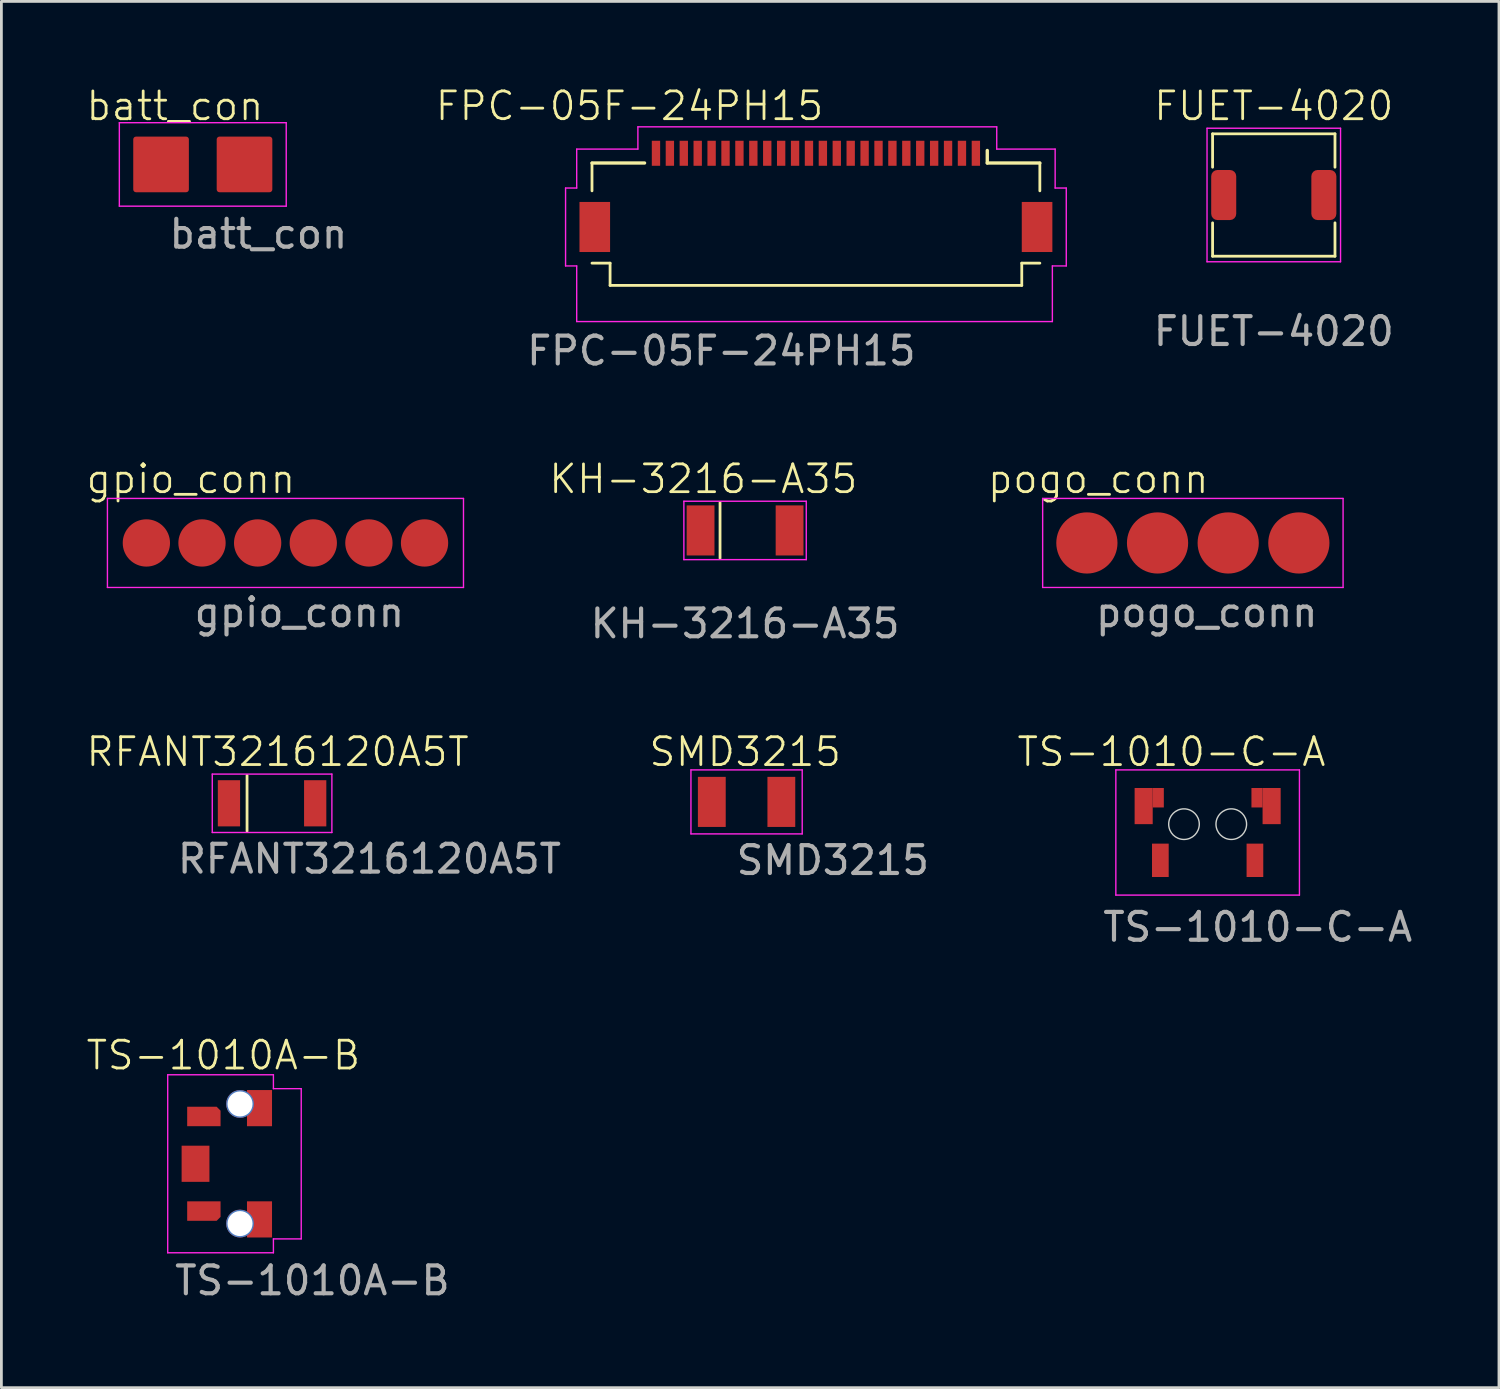
<source format=kicad_pcb>
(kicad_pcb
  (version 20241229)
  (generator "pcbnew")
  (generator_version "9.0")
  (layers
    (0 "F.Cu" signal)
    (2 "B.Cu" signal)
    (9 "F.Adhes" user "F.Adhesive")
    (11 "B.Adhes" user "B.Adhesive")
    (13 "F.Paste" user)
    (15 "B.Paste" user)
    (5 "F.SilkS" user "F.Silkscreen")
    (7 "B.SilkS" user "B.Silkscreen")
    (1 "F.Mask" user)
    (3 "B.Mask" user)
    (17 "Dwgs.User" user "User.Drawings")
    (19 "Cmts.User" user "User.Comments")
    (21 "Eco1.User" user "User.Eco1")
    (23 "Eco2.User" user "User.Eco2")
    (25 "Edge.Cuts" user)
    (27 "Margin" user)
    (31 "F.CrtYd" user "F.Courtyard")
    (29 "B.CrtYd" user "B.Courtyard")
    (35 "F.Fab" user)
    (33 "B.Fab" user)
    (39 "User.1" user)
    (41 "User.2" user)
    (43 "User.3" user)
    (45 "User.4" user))
  (footprint "batt_con"
    (layer "F.Cu")
    (at 4.24 2.861)
    (property "Reference" "batt_con" (at -1 -2.1 0) (unlocked yes) (layer "F.SilkS") (effects (font (size 1 1) (thickness 0.1))))
    (attr smd)
    (fp_line (start -3 -1.5) (end 3 -1.5) (stroke (width 0.05) (type default)) (layer "F.CrtYd"))
    (fp_line (start -3 1.5) (end -3 -1.5) (stroke (width 0.05) (type default)) (layer "F.CrtYd"))
    (fp_line (start 3 -1.5) (end 3 1.5) (stroke (width 0.05) (type default)) (layer "F.CrtYd"))
    (fp_line (start 3 1.5) (end -3 1.5) (stroke (width 0.05) (type default)) (layer "F.CrtYd"))
    (fp_text user "${REFERENCE}" (at 2 2.5 0) (unlocked yes) (layer "F.Fab") (effects (font (size 1 1) (thickness 0.15))))
    (pad "1" smd roundrect (at 1.5 0) (size 2 2) (layers "F.Cu" "F.Mask" "F.Paste") (roundrect_rratio 0.05))
    (pad "2" smd roundrect (at -1.5 0) (size 2 2) (layers "F.Cu" "F.Mask" "F.Paste") (roundrect_rratio 0.05)))
  (footprint "TS-1010-C-A"
    (layer "F.Cu")
    (at 40.364 26.578)
    (property "Reference" "TS-1010-C-A" (at -1.3 -2.6 0) (unlocked yes) (layer "F.SilkS") (effects (font (size 1 1) (thickness 0.1))))
    (attr smd)
    (fp_circle (center -0.85 0) (end -0.3 0) (stroke (width 0.05) (type default)) (fill no) (layer "Edge.Cuts"))
    (fp_circle (center 0.85 0) (end 1.4 0) (stroke (width 0.05) (type default)) (fill no) (layer "Edge.Cuts"))
    (fp_line (start -3.3 -1.95) (end -3.3 2.55) (stroke (width 0.05) (type default)) (layer "F.CrtYd"))
    (fp_line (start -3.3 2.55) (end 3.3 2.55) (stroke (width 0.05) (type default)) (layer "F.CrtYd"))
    (fp_line (start 3.3 -1.95) (end -3.3 -1.95) (stroke (width 0.05) (type default)) (layer "F.CrtYd"))
    (fp_line (start 3.3 2.55) (end 3.3 -1.95) (stroke (width 0.05) (type default)) (layer "F.CrtYd"))
    (fp_text user "${REFERENCE}" (at 1.8 3.7 0) (unlocked yes) (layer "F.Fab") (effects (font (size 1 1) (thickness 0.15))))
    (pad "" smd rect (at -2.3 -0.65) (size 0.65 1.3) (layers "F.Cu" "F.Mask" "F.Paste"))
    (pad "" smd rect (at -1.775 -0.95) (size 0.4 0.7) (layers "F.Cu" "F.Mask" "F.Paste"))
    (pad "" smd rect (at 1.775 -0.95) (size 0.4 0.7) (layers "F.Cu" "F.Mask" "F.Paste"))
    (pad "" smd rect (at 2.3 -0.65) (size 0.65 1.3) (layers "F.Cu" "F.Mask" "F.Paste"))
    (pad "1" smd rect (at -1.7 1.3) (size 0.6 1.2) (layers "F.Cu" "F.Mask" "F.Paste"))
    (pad "2" smd rect (at 1.7 1.3) (size 0.6 1.2) (layers "F.Cu" "F.Mask" "F.Paste")))
  (footprint "gpio_conn"
    (layer "F.Cu")
    (at 7.212 16.469)
    (property "Reference" "gpio_conn" (at -3.4 -2.3 0) (unlocked yes) (layer "F.SilkS") (effects (font (size 1 1) (thickness 0.1))))
    (attr smd)
    (fp_line (start -6.4 -1.6) (end -6.4 1.6) (stroke (width 0.05) (type default)) (layer "F.CrtYd"))
    (fp_line (start -6.4 1.6) (end 6.4 1.6) (stroke (width 0.05) (type default)) (layer "F.CrtYd"))
    (fp_line (start 6.4 -1.6) (end -6.4 -1.6) (stroke (width 0.05) (type default)) (layer "F.CrtYd"))
    (fp_line (start 6.4 -1.6) (end 6.4 1.6) (stroke (width 0.05) (type default)) (layer "F.CrtYd"))
    (fp_text user "${REFERENCE}" (at 0.5 2.5 0) (unlocked yes) (layer "F.Fab") (effects (font (size 1 1) (thickness 0.15))))
    (pad "1" smd circle (at -5 0) (size 1.7 1.7) (layers "F.Cu" "F.Mask" "F.Paste"))
    (pad "2" smd circle (at -3 0) (size 1.7 1.7) (layers "F.Cu" "F.Mask" "F.Paste"))
    (pad "3" smd circle (at -1 0) (size 1.7 1.7) (layers "F.Cu" "F.Mask" "F.Paste"))
    (pad "4" smd circle (at 1 0) (size 1.7 1.7) (layers "F.Cu" "F.Mask" "F.Paste"))
    (pad "5" smd circle (at 3 0) (size 1.7 1.7) (layers "F.Cu" "F.Mask" "F.Paste"))
    (pad "6" smd circle (at 5 0) (size 1.7 1.7) (layers "F.Cu" "F.Mask" "F.Paste")))
  (footprint "FPC-05F-24PH15"
    (layer "F.Cu")
    (at 26.282 5.16)
    (property "Reference" "FPC-05F-24PH15" (at -6.7 -4.4 0) (unlocked yes) (layer "F.SilkS") (effects (font (size 1 1) (thickness 0.1))))
    (attr smd)
    (fp_line (start -8.05 -2.35) (end -8.05 -1.35) (stroke (width 0.1) (type default)) (layer "F.SilkS"))
    (fp_line (start -7.4 1.25) (end -8.05 1.25) (stroke (width 0.1) (type default)) (layer "F.SilkS"))
    (fp_line (start -7.4 1.25) (end -7.4 2.05) (stroke (width 0.1) (type default)) (layer "F.SilkS"))
    (fp_line (start -7.4 2.05) (end 7.4 2.05) (stroke (width 0.1) (type default)) (layer "F.SilkS"))
    (fp_line (start -6.16 -2.35) (end -8.05 -2.35) (stroke (width 0.12) (type solid)) (layer "F.SilkS"))
    (fp_line (start 6.16 -2.35) (end 6.16 -2.8) (stroke (width 0.12) (type solid)) (layer "F.SilkS"))
    (fp_line (start 6.16 -2.35) (end 8.05 -2.35) (stroke (width 0.12) (type solid)) (layer "F.SilkS"))
    (fp_line (start 7.4 1.25) (end 7.4 2.05) (stroke (width 0.1) (type default)) (layer "F.SilkS"))
    (fp_line (start 7.4 1.25) (end 8.05 1.25) (stroke (width 0.1) (type default)) (layer "F.SilkS"))
    (fp_line (start 8.05 -2.35) (end 8.05 -1.35) (stroke (width 0.1) (type default)) (layer "F.SilkS"))
    (fp_line (start -9 -1.45) (end -9 1.35) (stroke (width 0.05) (type default)) (layer "F.CrtYd"))
    (fp_line (start -9 1.35) (end -8.6 1.35) (stroke (width 0.05) (type default)) (layer "F.CrtYd"))
    (fp_line (start -8.6 -2.85) (end -8.6 -1.45) (stroke (width 0.05) (type default)) (layer "F.CrtYd"))
    (fp_line (start -8.6 -1.45) (end -9 -1.45) (stroke (width 0.05) (type default)) (layer "F.CrtYd"))
    (fp_line (start -8.6 3.35) (end -8.6 1.35) (stroke (width 0.05) (type default)) (layer "F.CrtYd"))
    (fp_line (start -6.4 -3.65) (end -6.4 -2.85) (stroke (width 0.05) (type default)) (layer "F.CrtYd"))
    (fp_line (start -6.4 -2.85) (end -8.6 -2.85) (stroke (width 0.05) (type default)) (layer "F.CrtYd"))
    (fp_line (start 6.5 -3.65) (end -6.4 -3.65) (stroke (width 0.05) (type default)) (layer "F.CrtYd"))
    (fp_line (start 6.5 -2.85) (end 6.5 -3.65) (stroke (width 0.05) (type default)) (layer "F.CrtYd"))
    (fp_line (start 6.5 -2.85) (end 8.6 -2.85) (stroke (width 0.05) (type default)) (layer "F.CrtYd"))
    (fp_line (start 8.5 1.35) (end 8.5 3.35) (stroke (width 0.05) (type default)) (layer "F.CrtYd"))
    (fp_line (start 8.5 3.35) (end -8.6 3.35) (stroke (width 0.05) (type default)) (layer "F.CrtYd"))
    (fp_line (start 8.6 -2.85) (end 8.6 -1.45) (stroke (width 0.05) (type default)) (layer "F.CrtYd"))
    (fp_line (start 8.6 -1.45) (end 9 -1.45) (stroke (width 0.05) (type default)) (layer "F.CrtYd"))
    (fp_line (start 9 -1.45) (end 9 1.35) (stroke (width 0.05) (type default)) (layer "F.CrtYd"))
    (fp_line (start 9 1.35) (end 8.5 1.35) (stroke (width 0.05) (type default)) (layer "F.CrtYd"))
    (fp_text user "${REFERENCE}" (at -3.4 4.4 0) (unlocked yes) (layer "F.Fab") (effects (font (size 1 1) (thickness 0.15))))
    (pad "" smd rect (at -7.95 -0.05) (size 1.1 1.8) (layers "F.Cu" "F.Mask" "F.Paste"))
    (pad "" smd rect (at 7.95 -0.05) (size 1.1 1.8) (layers "F.Cu" "F.Mask" "F.Paste"))
    (pad "1" smd rect (at -5.75 -2.7) (size 0.3 0.9) (layers "F.Cu" "F.Mask" "F.Paste"))
    (pad "2" smd rect (at -5.25 -2.7) (size 0.3 0.9) (layers "F.Cu" "F.Mask" "F.Paste"))
    (pad "3" smd rect (at -4.75 -2.7) (size 0.3 0.9) (layers "F.Cu" "F.Mask" "F.Paste"))
    (pad "4" smd rect (at -4.25 -2.7) (size 0.3 0.9) (layers "F.Cu" "F.Mask" "F.Paste"))
    (pad "5" smd rect (at -3.75 -2.7) (size 0.3 0.9) (layers "F.Cu" "F.Mask" "F.Paste"))
    (pad "6" smd rect (at -3.25 -2.7) (size 0.3 0.9) (layers "F.Cu" "F.Mask" "F.Paste"))
    (pad "7" smd rect (at -2.75 -2.7) (size 0.3 0.9) (layers "F.Cu" "F.Mask" "F.Paste"))
    (pad "8" smd rect (at -2.25 -2.7) (size 0.3 0.9) (layers "F.Cu" "F.Mask" "F.Paste"))
    (pad "9" smd rect (at -1.75 -2.7) (size 0.3 0.9) (layers "F.Cu" "F.Mask" "F.Paste"))
    (pad "10" smd rect (at -1.25 -2.7) (size 0.3 0.9) (layers "F.Cu" "F.Mask" "F.Paste"))
    (pad "11" smd rect (at -0.75 -2.7) (size 0.3 0.9) (layers "F.Cu" "F.Mask" "F.Paste"))
    (pad "12" smd rect (at -0.25 -2.7) (size 0.3 0.9) (layers "F.Cu" "F.Mask" "F.Paste"))
    (pad "13" smd rect (at 0.25 -2.7) (size 0.3 0.9) (layers "F.Cu" "F.Mask" "F.Paste"))
    (pad "14" smd rect (at 0.75 -2.7) (size 0.3 0.9) (layers "F.Cu" "F.Mask" "F.Paste"))
    (pad "15" smd rect (at 1.25 -2.7) (size 0.3 0.9) (layers "F.Cu" "F.Mask" "F.Paste"))
    (pad "16" smd rect (at 1.75 -2.7) (size 0.3 0.9) (layers "F.Cu" "F.Mask" "F.Paste"))
    (pad "17" smd rect (at 2.25 -2.7) (size 0.3 0.9) (layers "F.Cu" "F.Mask" "F.Paste"))
    (pad "18" smd rect (at 2.75 -2.7) (size 0.3 0.9) (layers "F.Cu" "F.Mask" "F.Paste"))
    (pad "19" smd rect (at 3.25 -2.7) (size 0.3 0.9) (layers "F.Cu" "F.Mask" "F.Paste"))
    (pad "20" smd rect (at 3.75 -2.7) (size 0.3 0.9) (layers "F.Cu" "F.Mask" "F.Paste"))
    (pad "21" smd rect (at 4.25 -2.7) (size 0.3 0.9) (layers "F.Cu" "F.Mask" "F.Paste"))
    (pad "22" smd rect (at 4.75 -2.7) (size 0.3 0.9) (layers "F.Cu" "F.Mask" "F.Paste"))
    (pad "23" smd rect (at 5.25 -2.7) (size 0.3 0.9) (layers "F.Cu" "F.Mask" "F.Paste"))
    (pad "24" smd rect (at 5.75 -2.7) (size 0.3 0.9) (layers "F.Cu" "F.Mask" "F.Paste")))
  (footprint "RFANT3216120A5T"
    (layer "F.Cu")
    (at 6.731 25.828)
    (property "Reference" "RFANT3216120A5T" (at 0.2 -1.85 0) (unlocked yes) (layer "F.SilkS") (effects (font (size 1 1) (thickness 0.1))))
    (attr smd)
    (fp_line (start -0.9 -1) (end -0.9 1) (stroke (width 0.1) (type default)) (layer "F.SilkS"))
    (fp_line (start -2.15 -1.05) (end 2.15 -1.05) (stroke (width 0.05) (type default)) (layer "F.CrtYd"))
    (fp_line (start -2.15 1.05) (end -2.15 -1.05) (stroke (width 0.05) (type default)) (layer "F.CrtYd"))
    (fp_line (start 2.15 -1.05) (end 2.15 1.05) (stroke (width 0.05) (type default)) (layer "F.CrtYd"))
    (fp_line (start 2.15 1.05) (end -2.15 1.05) (stroke (width 0.05) (type default)) (layer "F.CrtYd"))
    (fp_text user "${REFERENCE}" (at 3.5 2 0) (unlocked yes) (layer "F.Fab") (effects (font (size 1 1) (thickness 0.15))))
    (pad "" smd rect (at 1.55 0) (size 0.8 1.66) (layers "F.Cu" "F.Mask" "F.Paste"))
    (pad "1" smd rect (at -1.55 0) (size 0.8 1.66) (layers "F.Cu" "F.Mask" "F.Paste")))
  (footprint "pogo_conn"
    (layer "F.Cu")
    (at 39.833 16.469)
    (property "Reference" "pogo_conn" (at -3.4 -2.3 0) (unlocked yes) (layer "F.SilkS") (effects (font (size 1 1) (thickness 0.1))))
    (attr smd)
    (fp_line (start -5.4 -1.6) (end -5.4 1.6) (stroke (width 0.05) (type default)) (layer "F.CrtYd"))
    (fp_line (start -5.4 1.6) (end 5.4 1.6) (stroke (width 0.05) (type default)) (layer "F.CrtYd"))
    (fp_line (start 5.4 -1.6) (end -5.4 -1.6) (stroke (width 0.05) (type default)) (layer "F.CrtYd"))
    (fp_line (start 5.4 -1.6) (end 5.4 1.6) (stroke (width 0.05) (type default)) (layer "F.CrtYd"))
    (fp_text user "${REFERENCE}" (at 0.5 2.5 0) (unlocked yes) (layer "F.Fab") (effects (font (size 1 1) (thickness 0.15))))
    (pad "1" smd circle (at -3.81 0) (size 2.2 2.2) (layers "F.Cu" "F.Mask" "F.Paste"))
    (pad "2" smd circle (at -1.27 0) (size 2.2 2.2) (layers "F.Cu" "F.Mask" "F.Paste"))
    (pad "3" smd circle (at 1.27 0) (size 2.2 2.2) (layers "F.Cu" "F.Mask" "F.Paste"))
    (pad "4" smd circle (at 3.81 0) (size 2.2 2.2) (layers "F.Cu" "F.Mask" "F.Paste")))
  (footprint "TS-1010A-B"
    (layer "F.Cu")
    (at 5.579 38.787)
    (property "Reference" "TS-1010A-B" (at -0.6 -3.9 0) (unlocked yes) (layer "F.SilkS") (effects (font (size 1 1) (thickness 0.1))))
    (attr smd)
    (fp_line (start -2.6 3.2) (end -2.6 -3.2) (stroke (width 0.05) (type default)) (layer "F.CrtYd"))
    (fp_line (start 1.2 -3.2) (end -2.6 -3.2) (stroke (width 0.05) (type default)) (layer "F.CrtYd"))
    (fp_line (start 1.2 -2.7) (end 1.2 -3.2) (stroke (width 0.05) (type default)) (layer "F.CrtYd"))
    (fp_line (start 1.2 2.7) (end 1.2 3.2) (stroke (width 0.05) (type default)) (layer "F.CrtYd"))
    (fp_line (start 1.2 2.7) (end 2.2 2.7) (stroke (width 0.05) (type default)) (layer "F.CrtYd"))
    (fp_line (start 1.2 3.2) (end -2.6 3.2) (stroke (width 0.05) (type default)) (layer "F.CrtYd"))
    (fp_line (start 2.2 -2.7) (end 1.2 -2.7) (stroke (width 0.05) (type default)) (layer "F.CrtYd"))
    (fp_line (start 2.2 2.7) (end 2.2 -2.7) (stroke (width 0.05) (type default)) (layer "F.CrtYd"))
    (fp_text user "${REFERENCE}" (at 2.6 4.2 0) (unlocked yes) (layer "F.Fab") (effects (font (size 1 1) (thickness 0.15))))
    (pad "1" smd roundrect (at -1.3 -1.7) (size 1.2 0.7) (layers "F.Cu" "F.Mask" "F.Paste") (roundrect_rratio 0) (chamfer_ratio 0.2) (chamfer top_right))
    (pad "2" smd rect (at -1.6 0) (size 1 1.3) (layers "F.Cu" "F.Mask" "F.Paste"))
    (pad "2" smd roundrect (at -1.3 1.7) (size 1.2 0.7) (layers "F.Cu" "F.Mask" "F.Paste") (roundrect_rratio 0) (chamfer_ratio 0.2) (chamfer bottom_right))
    (pad "2" thru_hole circle (at 0 -2.15) (size 1 1) (drill 0.9) (layers "*.Cu" "*.Mask"))
    (pad "2" thru_hole circle (at 0 2.15) (size 1 1) (drill 0.9) (layers "*.Cu" "*.Mask"))
    (pad "2" smd rect (at 0.7 -2) (size 0.9 1.3) (layers "F.Cu" "F.Mask" "F.Paste"))
    (pad "2" smd rect (at 0.7 2) (size 0.9 1.3) (layers "F.Cu" "F.Mask" "F.Paste")))
  (footprint "SMD3215"
    (layer "F.Cu")
    (at 23.789 25.778)
    (property "Reference" "SMD3215" (at -0.05 -1.8 0) (unlocked yes) (layer "F.SilkS") (effects (font (size 1 1) (thickness 0.1))))
    (attr smd)
    (fp_line (start -2 -1.15) (end 2 -1.15) (stroke (width 0.05) (type default)) (layer "F.CrtYd"))
    (fp_line (start -2 1.15) (end -2 -1.15) (stroke (width 0.05) (type default)) (layer "F.CrtYd"))
    (fp_line (start 2 -1.15) (end 2 1.15) (stroke (width 0.05) (type default)) (layer "F.CrtYd"))
    (fp_line (start 2 1.15) (end -2 1.15) (stroke (width 0.05) (type default)) (layer "F.CrtYd"))
    (fp_text user "${REFERENCE}" (at 3.1 2.1 0) (unlocked yes) (layer "F.Fab") (effects (font (size 1 1) (thickness 0.15))))
    (pad "1" smd rect (at -1.25 0) (size 1 1.8) (layers "F.Cu" "F.Mask" "F.Paste"))
    (pad "2" smd rect (at 1.25 0) (size 1 1.8) (layers "F.Cu" "F.Mask" "F.Paste")))
  (footprint "FUET-4020"
    (layer "F.Cu")
    (at 42.742 3.961)
    (property "Reference" "FUET-4020" (at 0 -3.2 0) (unlocked yes) (layer "F.SilkS") (effects (font (size 1 1) (thickness 0.1))))
    (attr smd)
    (fp_line (start -2.2 -2.2) (end -2.2 -1) (stroke (width 0.1) (type default)) (layer "F.SilkS"))
    (fp_line (start -2.2 -2.2) (end 2.2 -2.2) (stroke (width 0.1) (type default)) (layer "F.SilkS"))
    (fp_line (start -2.2 1) (end -2.2 2.2) (stroke (width 0.1) (type default)) (layer "F.SilkS"))
    (fp_line (start -2.2 2.2) (end 2.2 2.2) (stroke (width 0.1) (type default)) (layer "F.SilkS"))
    (fp_line (start 2.2 -2.2) (end 2.2 -1) (stroke (width 0.1) (type default)) (layer "F.SilkS"))
    (fp_line (start 2.2 2.2) (end 2.2 1) (stroke (width 0.1) (type default)) (layer "F.SilkS"))
    (fp_line (start -2.4 -2.4) (end 2.4 -2.4) (stroke (width 0.05) (type default)) (layer "F.CrtYd"))
    (fp_line (start -2.4 2.4) (end -2.4 -2.4) (stroke (width 0.05) (type default)) (layer "F.CrtYd"))
    (fp_line (start 2.4 -2.4) (end 2.4 2.4) (stroke (width 0.05) (type default)) (layer "F.CrtYd"))
    (fp_line (start 2.4 2.4) (end -2.4 2.4) (stroke (width 0.05) (type default)) (layer "F.CrtYd"))
    (fp_text user "${REFERENCE}" (at 0 4.9 0) (unlocked yes) (layer "F.Fab") (effects (font (size 1 1) (thickness 0.15))))
    (pad "1" smd roundrect (at 1.8 0) (size 0.9 1.8) (layers "F.Cu" "F.Mask" "F.Paste") (roundrect_rratio 0.25))
    (pad "2" smd roundrect (at -1.8 0) (size 0.9 1.8) (layers "F.Cu" "F.Mask" "F.Paste") (roundrect_rratio 0.25)))
  (footprint "KH-3216-A35"
    (layer "F.Cu")
    (at 23.735 15.969)
    (property "Reference" "KH-3216-A35" (at -1.5 -1.8 0) (unlocked yes) (layer "F.SilkS") (effects (font (size 1 1) (thickness 0.1))))
    (attr smd)
    (fp_line (start -0.9 -0.95) (end -0.9 1.05) (stroke (width 0.1) (type default)) (layer "F.SilkS"))
    (fp_line (start -2.2 -1) (end 2.2 -1) (stroke (width 0.05) (type default)) (layer "F.CrtYd"))
    (fp_line (start -2.2 1.1) (end -2.2 -1) (stroke (width 0.05) (type default)) (layer "F.CrtYd"))
    (fp_line (start 2.2 -1) (end 2.2 1.1) (stroke (width 0.05) (type default)) (layer "F.CrtYd"))
    (fp_line (start 2.2 1.1) (end -2.2 1.1) (stroke (width 0.05) (type default)) (layer "F.CrtYd"))
    (fp_text user "${REFERENCE}" (at 0 3.4 0) (unlocked yes) (layer "F.Fab") (effects (font (size 1 1) (thickness 0.15))))
    (pad "" smd rect (at 1.6 0.05) (size 1 1.8) (layers "F.Cu" "F.Mask" "F.Paste"))
    (pad "1" smd rect (at -1.6 0.05) (size 1 1.8) (layers "F.Cu" "F.Mask" "F.Paste")))
  (gr_rect
    (start -3 -3)
    (end 50.837 46.835)
    (stroke (width 0.1) (type default))
    (fill no)
    (layer "Edge.Cuts")))
</source>
